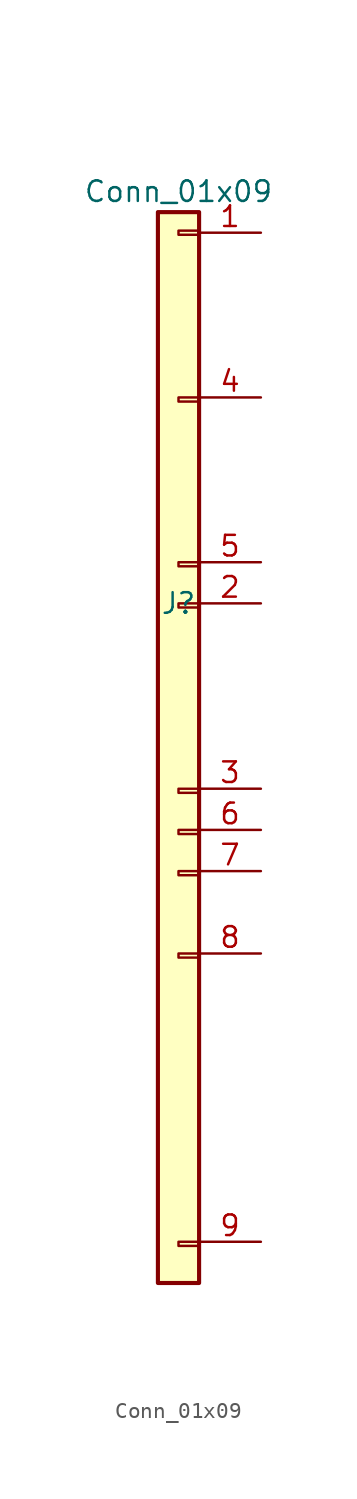
<source format=kicad_sym>
(kicad_symbol_lib
  (version 20220914)
  (generator kicad_symbol_editor)
  (symbol "Conn_01x09"
    (pin_names
      (offset 1.016) hide)
    (property "Reference" "J"
      (at 0 -12.7 0)
      (effects (font (size 1.27 1.27))))
    (property "Value" "Conn_01x09"
      (at 0 12.7 0)
      (effects (font (size 1.27 1.27))))
    (symbol "Conn_01x09_1_1"
      (rectangle (start -1.27 11.43) (end 1.27 -54.61) (stroke (width 0.254) (type default)) (fill (type background)))
      (rectangle (start 0 -52.07) (end 1.27 -52.324) (stroke (width 0.152) (type default)) (fill (type none)))
      (rectangle (start 0 -34.29) (end 1.27 -34.544) (stroke (width 0.152) (type default)) (fill (type none)))
      (rectangle (start 0 -29.21) (end 1.27 -29.464) (stroke (width 0.152) (type default)) (fill (type none)))
      (rectangle (start 0 -26.67) (end 1.27 -26.924) (stroke (width 0.152) (type default)) (fill (type none)))
      (rectangle (start 0 -24.13) (end 1.27 -24.384) (stroke (width 0.152) (type default)) (fill (type none)))
      (rectangle (start 0 -12.7) (end 1.27 -12.954) (stroke (width 0.152) (type default)) (fill (type none)))
      (rectangle (start 0 -10.16) (end 1.27 -10.414) (stroke (width 0.152) (type default)) (fill (type none)))
      (rectangle (start 0 0) (end 1.27 -0.254) (stroke (width 0.152) (type default)) (fill (type none)))
      (rectangle (start 1.27 10.033) (end 0 10.287) (stroke (width 0.152) (type default)) (fill (type none)))
      (pin passive line (at 5.08 10.16 180) (length 3.81) (name "Pin_1" (effects (font (size 1.27 1.27)))) (number "1" (effects (font (size 1.27 1.27)))))
      (pin passive line (at 5.08 -12.7 180) (length 3.81) (name "Pin_2" (effects (font (size 1.27 1.27)))) (number "2" (effects (font (size 1.27 1.27)))))
      (pin passive line (at 5.08 -24.13 180) (length 3.81) (name "Pin_3" (effects (font (size 1.27 1.27)))) (number "3" (effects (font (size 1.27 1.27)))))
      (pin passive line (at 5.08 0 180) (length 3.81) (name "Pin_4" (effects (font (size 1.27 1.27)))) (number "4" (effects (font (size 1.27 1.27)))))
      (pin passive line (at 5.08 -10.16 180) (length 3.81) (name "Pin_5" (effects (font (size 1.27 1.27)))) (number "5" (effects (font (size 1.27 1.27)))))
      (pin passive line (at 5.08 -26.67 180) (length 3.81) (name "Pin_6" (effects (font (size 1.27 1.27)))) (number "6" (effects (font (size 1.27 1.27)))))
      (pin passive line (at 5.08 -29.21 180) (length 3.81) (name "Pin_7" (effects (font (size 1.27 1.27)))) (number "7" (effects (font (size 1.27 1.27)))))
      (pin passive line (at 5.08 -34.29 180) (length 3.81) (name "Pin_8" (effects (font (size 1.27 1.27)))) (number "8" (effects (font (size 1.27 1.27)))))
      (pin passive line (at 5.08 -52.07 180) (length 3.81) (name "Pin_9" (effects (font (size 1.27 1.27)))) (number "9" (effects (font (size 1.27 1.27))))))))
</source>
